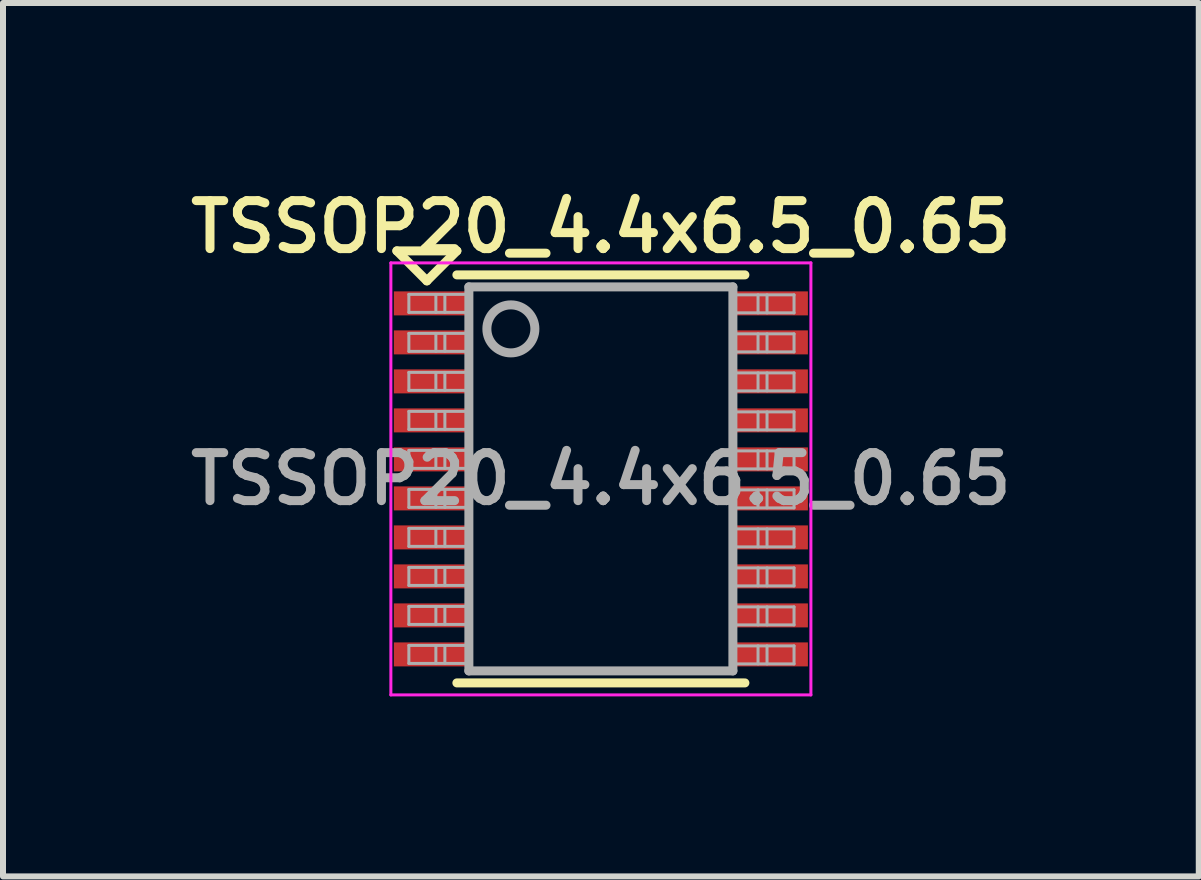
<source format=kicad_pcb>
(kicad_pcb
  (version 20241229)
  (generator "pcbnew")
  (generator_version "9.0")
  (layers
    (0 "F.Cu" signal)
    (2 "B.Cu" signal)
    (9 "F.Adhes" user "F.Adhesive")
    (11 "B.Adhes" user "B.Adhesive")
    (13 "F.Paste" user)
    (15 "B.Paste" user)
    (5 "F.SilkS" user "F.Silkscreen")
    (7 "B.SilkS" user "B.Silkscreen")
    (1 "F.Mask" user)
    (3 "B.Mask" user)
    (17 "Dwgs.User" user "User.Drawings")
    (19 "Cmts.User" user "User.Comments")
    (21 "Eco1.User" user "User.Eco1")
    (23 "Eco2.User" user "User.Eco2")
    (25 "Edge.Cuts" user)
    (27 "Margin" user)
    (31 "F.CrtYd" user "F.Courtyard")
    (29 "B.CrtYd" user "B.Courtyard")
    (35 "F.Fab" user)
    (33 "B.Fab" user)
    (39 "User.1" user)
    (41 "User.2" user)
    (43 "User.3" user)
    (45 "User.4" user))
  (footprint "TSSOP20_4.4x6.5_0.65"
    (layer "F.Cu")
    (at 6.964 4.931)
    (property "Reference" "TSSOP20_4.4x6.5_0.65" (at 0 -4.2 0) (layer "F.SilkS") (effects (font (size 0.8 0.8) (thickness 0.15))))
    (attr smd)
    (fp_line (start -3.4 -3.8) (end -2.4 -3.8) (stroke (width 0.15) (type solid)) (layer "F.SilkS"))
    (fp_line (start -2.9 -3.3) (end -3.4 -3.8) (stroke (width 0.15) (type solid)) (layer "F.SilkS"))
    (fp_line (start -2.4 -3.8) (end -2.9 -3.3) (stroke (width 0.15) (type solid)) (layer "F.SilkS"))
    (fp_line (start -2.4 -3.4) (end 2.4 -3.4) (stroke (width 0.15) (type solid)) (layer "F.SilkS"))
    (fp_line (start -2.4 3.4) (end 2.4 3.4) (stroke (width 0.15) (type solid)) (layer "F.SilkS"))
    (fp_line (start -3.5 -3.6) (end -3.5 3.6) (stroke (width 0.05) (type solid)) (layer "F.CrtYd"))
    (fp_line (start -3.5 3.6) (end 3.5 3.6) (stroke (width 0.05) (type solid)) (layer "F.CrtYd"))
    (fp_line (start 3.5 -3.6) (end -3.5 -3.6) (stroke (width 0.05) (type solid)) (layer "F.CrtYd"))
    (fp_line (start 3.5 3.6) (end 3.5 -3.6) (stroke (width 0.05) (type solid)) (layer "F.CrtYd"))
    (fp_line (start -3.2 -3.075) (end -3.2 -2.775) (stroke (width 0.05) (type solid)) (layer "F.Fab"))
    (fp_line (start -3.2 -2.775) (end -2.2 -2.775) (stroke (width 0.05) (type solid)) (layer "F.Fab"))
    (fp_line (start -3.2 -2.425) (end -3.2 -2.125) (stroke (width 0.05) (type solid)) (layer "F.Fab"))
    (fp_line (start -3.2 -2.125) (end -2.2 -2.125) (stroke (width 0.05) (type solid)) (layer "F.Fab"))
    (fp_line (start -3.2 -1.775) (end -3.2 -1.475) (stroke (width 0.05) (type solid)) (layer "F.Fab"))
    (fp_line (start -3.2 -1.475) (end -2.2 -1.475) (stroke (width 0.05) (type solid)) (layer "F.Fab"))
    (fp_line (start -3.2 -1.125) (end -3.2 -0.825) (stroke (width 0.05) (type solid)) (layer "F.Fab"))
    (fp_line (start -3.2 -0.825) (end -2.2 -0.825) (stroke (width 0.05) (type solid)) (layer "F.Fab"))
    (fp_line (start -3.2 -0.475) (end -3.2 -0.175) (stroke (width 0.05) (type solid)) (layer "F.Fab"))
    (fp_line (start -3.2 -0.175) (end -2.2 -0.175) (stroke (width 0.05) (type solid)) (layer "F.Fab"))
    (fp_line (start -3.2 0.175) (end -3.2 0.475) (stroke (width 0.05) (type solid)) (layer "F.Fab"))
    (fp_line (start -3.2 0.475) (end -2.2 0.475) (stroke (width 0.05) (type solid)) (layer "F.Fab"))
    (fp_line (start -3.2 0.825) (end -3.2 1.125) (stroke (width 0.05) (type solid)) (layer "F.Fab"))
    (fp_line (start -3.2 1.125) (end -2.2 1.125) (stroke (width 0.05) (type solid)) (layer "F.Fab"))
    (fp_line (start -3.2 1.475) (end -3.2 1.775) (stroke (width 0.05) (type solid)) (layer "F.Fab"))
    (fp_line (start -3.2 1.775) (end -2.2 1.775) (stroke (width 0.05) (type solid)) (layer "F.Fab"))
    (fp_line (start -3.2 2.125) (end -3.2 2.425) (stroke (width 0.05) (type solid)) (layer "F.Fab"))
    (fp_line (start -3.2 2.425) (end -2.2 2.425) (stroke (width 0.05) (type solid)) (layer "F.Fab"))
    (fp_line (start -3.2 2.775) (end -3.2 3.075) (stroke (width 0.05) (type solid)) (layer "F.Fab"))
    (fp_line (start -3.2 3.075) (end -2.2 3.075) (stroke (width 0.05) (type solid)) (layer "F.Fab"))
    (fp_line (start -2.75 -3.075) (end -2.75 -2.775) (stroke (width 0.05) (type solid)) (layer "F.Fab"))
    (fp_line (start -2.75 -2.425) (end -2.75 -2.125) (stroke (width 0.05) (type solid)) (layer "F.Fab"))
    (fp_line (start -2.75 -1.775) (end -2.75 -1.475) (stroke (width 0.05) (type solid)) (layer "F.Fab"))
    (fp_line (start -2.75 -1.125) (end -2.75 -0.825) (stroke (width 0.05) (type solid)) (layer "F.Fab"))
    (fp_line (start -2.75 -0.475) (end -2.75 -0.175) (stroke (width 0.05) (type solid)) (layer "F.Fab"))
    (fp_line (start -2.75 0.175) (end -2.75 0.475) (stroke (width 0.05) (type solid)) (layer "F.Fab"))
    (fp_line (start -2.75 0.825) (end -2.75 1.125) (stroke (width 0.05) (type solid)) (layer "F.Fab"))
    (fp_line (start -2.75 1.475) (end -2.75 1.775) (stroke (width 0.05) (type solid)) (layer "F.Fab"))
    (fp_line (start -2.75 2.125) (end -2.75 2.425) (stroke (width 0.05) (type solid)) (layer "F.Fab"))
    (fp_line (start -2.75 2.775) (end -2.75 3.075) (stroke (width 0.05) (type solid)) (layer "F.Fab"))
    (fp_line (start -2.6 -3.075) (end -2.6 -2.775) (stroke (width 0.05) (type solid)) (layer "F.Fab"))
    (fp_line (start -2.6 -2.425) (end -2.6 -2.125) (stroke (width 0.05) (type solid)) (layer "F.Fab"))
    (fp_line (start -2.6 -1.775) (end -2.6 -1.475) (stroke (width 0.05) (type solid)) (layer "F.Fab"))
    (fp_line (start -2.6 -1.125) (end -2.6 -0.825) (stroke (width 0.05) (type solid)) (layer "F.Fab"))
    (fp_line (start -2.6 -0.475) (end -2.6 -0.175) (stroke (width 0.05) (type solid)) (layer "F.Fab"))
    (fp_line (start -2.6 0.175) (end -2.6 0.475) (stroke (width 0.05) (type solid)) (layer "F.Fab"))
    (fp_line (start -2.6 0.825) (end -2.6 1.125) (stroke (width 0.05) (type solid)) (layer "F.Fab"))
    (fp_line (start -2.6 1.475) (end -2.6 1.775) (stroke (width 0.05) (type solid)) (layer "F.Fab"))
    (fp_line (start -2.6 2.125) (end -2.6 2.425) (stroke (width 0.05) (type solid)) (layer "F.Fab"))
    (fp_line (start -2.6 2.775) (end -2.6 3.075) (stroke (width 0.05) (type solid)) (layer "F.Fab"))
    (fp_line (start -2.2 -3.2) (end 2.2 -3.2) (stroke (width 0.15) (type solid)) (layer "F.Fab"))
    (fp_line (start -2.2 -3.075) (end -3.2 -3.075) (stroke (width 0.05) (type solid)) (layer "F.Fab"))
    (fp_line (start -2.2 -2.425) (end -3.2 -2.425) (stroke (width 0.05) (type solid)) (layer "F.Fab"))
    (fp_line (start -2.2 -1.775) (end -3.2 -1.775) (stroke (width 0.05) (type solid)) (layer "F.Fab"))
    (fp_line (start -2.2 -1.125) (end -3.2 -1.125) (stroke (width 0.05) (type solid)) (layer "F.Fab"))
    (fp_line (start -2.2 -0.475) (end -3.2 -0.475) (stroke (width 0.05) (type solid)) (layer "F.Fab"))
    (fp_line (start -2.2 0.175) (end -3.2 0.175) (stroke (width 0.05) (type solid)) (layer "F.Fab"))
    (fp_line (start -2.2 0.825) (end -3.2 0.825) (stroke (width 0.05) (type solid)) (layer "F.Fab"))
    (fp_line (start -2.2 1.475) (end -3.2 1.475) (stroke (width 0.05) (type solid)) (layer "F.Fab"))
    (fp_line (start -2.2 2.125) (end -3.2 2.125) (stroke (width 0.05) (type solid)) (layer "F.Fab"))
    (fp_line (start -2.2 2.775) (end -3.2 2.775) (stroke (width 0.05) (type solid)) (layer "F.Fab"))
    (fp_line (start -2.2 3.2) (end -2.2 -3.2) (stroke (width 0.15) (type solid)) (layer "F.Fab"))
    (fp_line (start 2.2 -3.2) (end 2.2 3.2) (stroke (width 0.15) (type solid)) (layer "F.Fab"))
    (fp_line (start 2.2 3.2) (end -2.2 3.2) (stroke (width 0.15) (type solid)) (layer "F.Fab"))
    (fp_line (start 2.219 -2.767) (end 3.219 -2.767) (stroke (width 0.05) (type solid)) (layer "F.Fab"))
    (fp_line (start 2.219 -2.117) (end 3.219 -2.117) (stroke (width 0.05) (type solid)) (layer "F.Fab"))
    (fp_line (start 2.219 -1.467) (end 3.219 -1.467) (stroke (width 0.05) (type solid)) (layer "F.Fab"))
    (fp_line (start 2.219 -0.817) (end 3.219 -0.817) (stroke (width 0.05) (type solid)) (layer "F.Fab"))
    (fp_line (start 2.219 -0.167) (end 3.219 -0.167) (stroke (width 0.05) (type solid)) (layer "F.Fab"))
    (fp_line (start 2.219 0.483) (end 3.219 0.483) (stroke (width 0.05) (type solid)) (layer "F.Fab"))
    (fp_line (start 2.219 1.133) (end 3.219 1.133) (stroke (width 0.05) (type solid)) (layer "F.Fab"))
    (fp_line (start 2.219 1.783) (end 3.219 1.783) (stroke (width 0.05) (type solid)) (layer "F.Fab"))
    (fp_line (start 2.219 2.433) (end 3.219 2.433) (stroke (width 0.05) (type solid)) (layer "F.Fab"))
    (fp_line (start 2.219 3.083) (end 3.219 3.083) (stroke (width 0.05) (type solid)) (layer "F.Fab"))
    (fp_line (start 2.619 -2.767) (end 2.619 -3.067) (stroke (width 0.05) (type solid)) (layer "F.Fab"))
    (fp_line (start 2.619 -2.117) (end 2.619 -2.417) (stroke (width 0.05) (type solid)) (layer "F.Fab"))
    (fp_line (start 2.619 -1.467) (end 2.619 -1.767) (stroke (width 0.05) (type solid)) (layer "F.Fab"))
    (fp_line (start 2.619 -0.817) (end 2.619 -1.117) (stroke (width 0.05) (type solid)) (layer "F.Fab"))
    (fp_line (start 2.619 -0.167) (end 2.619 -0.467) (stroke (width 0.05) (type solid)) (layer "F.Fab"))
    (fp_line (start 2.619 0.483) (end 2.619 0.183) (stroke (width 0.05) (type solid)) (layer "F.Fab"))
    (fp_line (start 2.619 1.133) (end 2.619 0.833) (stroke (width 0.05) (type solid)) (layer "F.Fab"))
    (fp_line (start 2.619 1.783) (end 2.619 1.483) (stroke (width 0.05) (type solid)) (layer "F.Fab"))
    (fp_line (start 2.619 2.433) (end 2.619 2.133) (stroke (width 0.05) (type solid)) (layer "F.Fab"))
    (fp_line (start 2.619 3.083) (end 2.619 2.783) (stroke (width 0.05) (type solid)) (layer "F.Fab"))
    (fp_line (start 2.769 -2.767) (end 2.769 -3.067) (stroke (width 0.05) (type solid)) (layer "F.Fab"))
    (fp_line (start 2.769 -2.117) (end 2.769 -2.417) (stroke (width 0.05) (type solid)) (layer "F.Fab"))
    (fp_line (start 2.769 -1.467) (end 2.769 -1.767) (stroke (width 0.05) (type solid)) (layer "F.Fab"))
    (fp_line (start 2.769 -0.817) (end 2.769 -1.117) (stroke (width 0.05) (type solid)) (layer "F.Fab"))
    (fp_line (start 2.769 -0.167) (end 2.769 -0.467) (stroke (width 0.05) (type solid)) (layer "F.Fab"))
    (fp_line (start 2.769 0.483) (end 2.769 0.183) (stroke (width 0.05) (type solid)) (layer "F.Fab"))
    (fp_line (start 2.769 1.133) (end 2.769 0.833) (stroke (width 0.05) (type solid)) (layer "F.Fab"))
    (fp_line (start 2.769 1.783) (end 2.769 1.483) (stroke (width 0.05) (type solid)) (layer "F.Fab"))
    (fp_line (start 2.769 2.433) (end 2.769 2.133) (stroke (width 0.05) (type solid)) (layer "F.Fab"))
    (fp_line (start 2.769 3.083) (end 2.769 2.783) (stroke (width 0.05) (type solid)) (layer "F.Fab"))
    (fp_line (start 3.219 -3.067) (end 2.219 -3.067) (stroke (width 0.05) (type solid)) (layer "F.Fab"))
    (fp_line (start 3.219 -2.767) (end 3.219 -3.067) (stroke (width 0.05) (type solid)) (layer "F.Fab"))
    (fp_line (start 3.219 -2.417) (end 2.219 -2.417) (stroke (width 0.05) (type solid)) (layer "F.Fab"))
    (fp_line (start 3.219 -2.117) (end 3.219 -2.417) (stroke (width 0.05) (type solid)) (layer "F.Fab"))
    (fp_line (start 3.219 -1.767) (end 2.219 -1.767) (stroke (width 0.05) (type solid)) (layer "F.Fab"))
    (fp_line (start 3.219 -1.467) (end 3.219 -1.767) (stroke (width 0.05) (type solid)) (layer "F.Fab"))
    (fp_line (start 3.219 -1.117) (end 2.219 -1.117) (stroke (width 0.05) (type solid)) (layer "F.Fab"))
    (fp_line (start 3.219 -0.817) (end 3.219 -1.117) (stroke (width 0.05) (type solid)) (layer "F.Fab"))
    (fp_line (start 3.219 -0.467) (end 2.219 -0.467) (stroke (width 0.05) (type solid)) (layer "F.Fab"))
    (fp_line (start 3.219 -0.167) (end 3.219 -0.467) (stroke (width 0.05) (type solid)) (layer "F.Fab"))
    (fp_line (start 3.219 0.183) (end 2.219 0.183) (stroke (width 0.05) (type solid)) (layer "F.Fab"))
    (fp_line (start 3.219 0.483) (end 3.219 0.183) (stroke (width 0.05) (type solid)) (layer "F.Fab"))
    (fp_line (start 3.219 0.833) (end 2.219 0.833) (stroke (width 0.05) (type solid)) (layer "F.Fab"))
    (fp_line (start 3.219 1.133) (end 3.219 0.833) (stroke (width 0.05) (type solid)) (layer "F.Fab"))
    (fp_line (start 3.219 1.483) (end 2.219 1.483) (stroke (width 0.05) (type solid)) (layer "F.Fab"))
    (fp_line (start 3.219 1.783) (end 3.219 1.483) (stroke (width 0.05) (type solid)) (layer "F.Fab"))
    (fp_line (start 3.219 2.133) (end 2.219 2.133) (stroke (width 0.05) (type solid)) (layer "F.Fab"))
    (fp_line (start 3.219 2.433) (end 3.219 2.133) (stroke (width 0.05) (type solid)) (layer "F.Fab"))
    (fp_line (start 3.219 2.783) (end 2.219 2.783) (stroke (width 0.05) (type solid)) (layer "F.Fab"))
    (fp_line (start 3.219 3.083) (end 3.219 2.783) (stroke (width 0.05) (type solid)) (layer "F.Fab"))
    (fp_circle (center -1.5 -2.5) (end -1.1 -2.5) (stroke (width 0.15) (type solid)) (fill no) (layer "F.Fab"))
    (fp_text user "${REFERENCE}" (at 0 0 0) (layer "F.Fab") (effects (font (size 0.8 0.8) (thickness 0.15))))
    (pad "1" smd rect (at -2.85 -2.925) (size 1.2 0.4) (layers "F.Cu" "F.Mask" "F.Paste"))
    (pad "2" smd rect (at -2.85 -2.275) (size 1.2 0.4) (layers "F.Cu" "F.Mask" "F.Paste"))
    (pad "3" smd rect (at -2.85 -1.625) (size 1.2 0.4) (layers "F.Cu" "F.Mask" "F.Paste"))
    (pad "4" smd rect (at -2.85 -0.975) (size 1.2 0.4) (layers "F.Cu" "F.Mask" "F.Paste"))
    (pad "5" smd rect (at -2.85 -0.325) (size 1.2 0.4) (layers "F.Cu" "F.Mask" "F.Paste"))
    (pad "6" smd rect (at -2.85 0.325) (size 1.2 0.4) (layers "F.Cu" "F.Mask" "F.Paste"))
    (pad "7" smd rect (at -2.85 0.975) (size 1.2 0.4) (layers "F.Cu" "F.Mask" "F.Paste"))
    (pad "8" smd rect (at -2.85 1.625) (size 1.2 0.4) (layers "F.Cu" "F.Mask" "F.Paste"))
    (pad "9" smd rect (at -2.85 2.275) (size 1.2 0.4) (layers "F.Cu" "F.Mask" "F.Paste"))
    (pad "10" smd rect (at -2.85 2.925) (size 1.2 0.4) (layers "F.Cu" "F.Mask" "F.Paste"))
    (pad "11" smd rect (at 2.85 2.925) (size 1.2 0.4) (layers "F.Cu" "F.Mask" "F.Paste"))
    (pad "12" smd rect (at 2.85 2.275) (size 1.2 0.4) (layers "F.Cu" "F.Mask" "F.Paste"))
    (pad "13" smd rect (at 2.85 1.625) (size 1.2 0.4) (layers "F.Cu" "F.Mask" "F.Paste"))
    (pad "14" smd rect (at 2.85 0.975) (size 1.2 0.4) (layers "F.Cu" "F.Mask" "F.Paste"))
    (pad "15" smd rect (at 2.85 0.325) (size 1.2 0.4) (layers "F.Cu" "F.Mask" "F.Paste"))
    (pad "16" smd rect (at 2.85 -0.325) (size 1.2 0.4) (layers "F.Cu" "F.Mask" "F.Paste"))
    (pad "17" smd rect (at 2.85 -0.975) (size 1.2 0.4) (layers "F.Cu" "F.Mask" "F.Paste"))
    (pad "18" smd rect (at 2.85 -1.625) (size 1.2 0.4) (layers "F.Cu" "F.Mask" "F.Paste"))
    (pad "19" smd rect (at 2.85 -2.275) (size 1.2 0.4) (layers "F.Cu" "F.Mask" "F.Paste"))
    (pad "20" smd rect (at 2.85 -2.925) (size 1.2 0.4) (layers "F.Cu" "F.Mask" "F.Paste")))
  (gr_rect
    (start -3 -3)
    (end 16.928 11.556)
    (stroke (width 0.1) (type default))
    (fill no)
    (layer "Edge.Cuts")))
</source>
